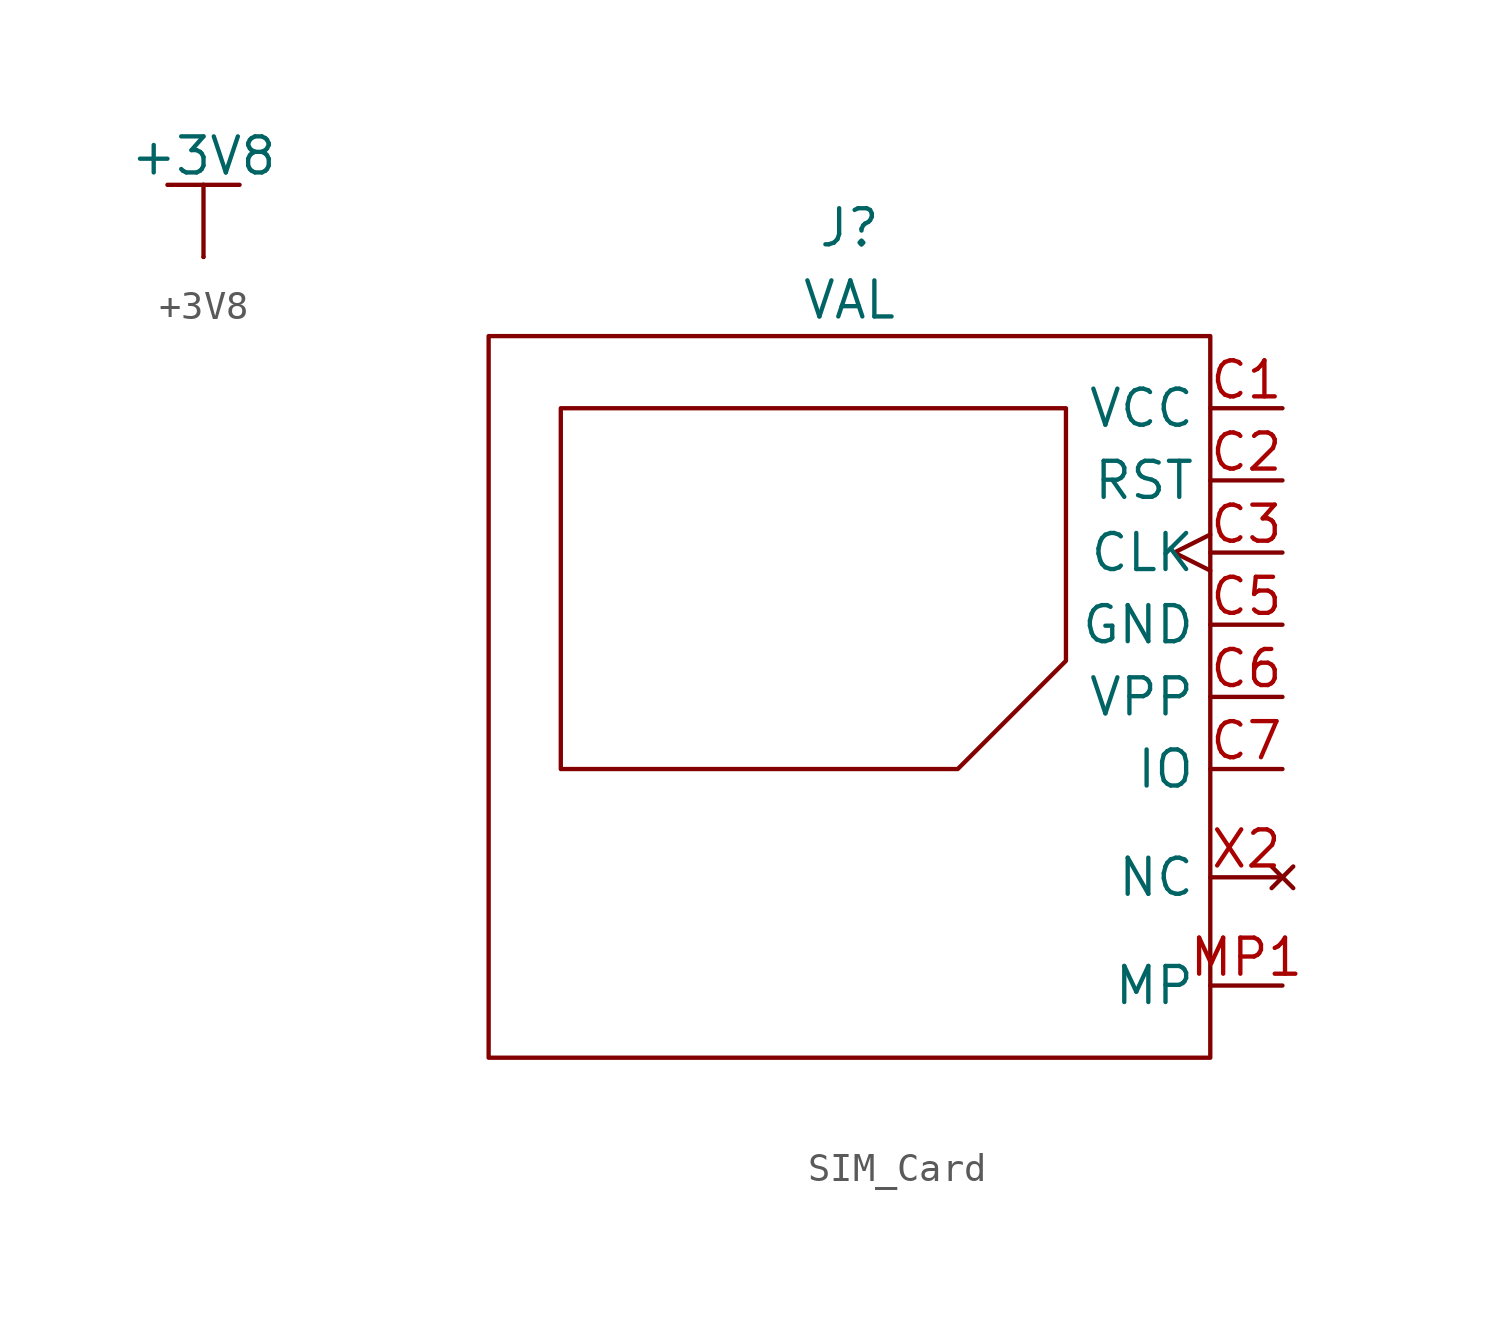
<source format=kicad_sym>
(kicad_symbol_lib
  (version 20231120)
  (generator "kicad_symbol_editor")
  (generator_version "8.0")
  (symbol "+3V8"
    (power)
    (pin_numbers hide)
    (pin_names
      (offset 0) hide)
    (property "Reference" "#PWR"
      (at 0 0 0)
      (effects (font (size 1.27 1.27)) (hide yes)))
    (property "Value" "+3V8"
      (at 0 3.556 0)
      (do_not_autoplace)
      (effects (font (size 1.27 1.27))))
    (symbol "+3V8_0_1"
      (polyline (pts (xy -1.27 2.54) (xy 0 2.54)) (stroke (width 0) (type default)) (fill (type none)))
      (polyline (pts (xy 0 0) (xy 0 2.54)) (stroke (width 0) (type default)) (fill (type none)))
      (polyline (pts (xy 0 2.54) (xy 1.27 2.54)) (stroke (width 0) (type default)) (fill (type none))))
    (symbol "+3V8_1_1"
      (pin power_in line (at 0 0 90) (length 0) (name "~" (effects (font (size 1.27 1.27)))) (number "1" (effects (font (size 1.27 1.27)))))))
  (symbol "SIM_Card"
    (property "Reference" "J"
      (at 0 16.51 0)
      (do_not_autoplace)
      (effects (font (size 1.27 1.27))))
    (property "Value" "VAL"
      (at 0 13.97 0)
      (do_not_autoplace)
      (effects (font (size 1.27 1.27))))
    (symbol "SIM_Card_0_0"
      (pin power_in line (at 15.24 10.16 180) (length 2.54) (name "VCC" (effects (font (size 1.27 1.27)))) (number "C1" (effects (font (size 1.27 1.27)))))
      (pin input line (at 15.24 7.62 180) (length 2.54) (name "RST" (effects (font (size 1.27 1.27)))) (number "C2" (effects (font (size 1.27 1.27)))))
      (pin input clock (at 15.24 5.08 180) (length 2.54) (name "CLK" (effects (font (size 1.27 1.27)))) (number "C3" (effects (font (size 1.27 1.27)))))
      (pin passive line (at 15.24 2.54 180) (length 2.54) (name "GND" (effects (font (size 1.27 1.27)))) (number "C5" (effects (font (size 1.27 1.27)))))
      (pin power_in line (at 15.24 0 180) (length 2.54) (name "VPP" (effects (font (size 1.27 1.27)))) (number "C6" (effects (font (size 1.27 1.27)))))
      (pin bidirectional line (at 15.24 -2.54 180) (length 2.54) (name "IO" (effects (font (size 1.27 1.27)))) (number "C7" (effects (font (size 1.27 1.27)))))
      (pin passive line (at 15.24 -10.16 180) (length 2.54) (name "MP" (effects (font (size 1.27 1.27)))) (number "MP1" (effects (font (size 1.27 1.27))))))
    (symbol "SIM_Card_0_1"
      (polyline (pts (xy -10.16 10.16) (xy 7.62 10.16) (xy 7.62 1.27) (xy 3.81 -2.54) (xy -10.16 -2.54) (xy -10.16 10.16)) (stroke (width 0) (type default)) (fill (type none)))
      (rectangle (start 12.7 12.7) (end -12.7 -12.7) (stroke (width 0) (type default)) (fill (type none))))
    (symbol "SIM_Card_1_0"
      (pin passive line (at 15.24 -10.16 180) (length 2.54) hide (name "MP" (effects (font (size 1.27 1.27)))) (number "MP2" (effects (font (size 1.27 1.27)))))
      (pin passive line (at 15.24 -10.16 180) (length 2.54) hide (name "MP" (effects (font (size 1.27 1.27)))) (number "MP3" (effects (font (size 1.27 1.27)))))
      (pin passive line (at 15.24 -10.16 180) (length 2.54) hide (name "MP" (effects (font (size 1.27 1.27)))) (number "MP4" (effects (font (size 1.27 1.27)))))
      (pin passive line (at 15.24 -10.16 180) (length 2.54) hide (name "MP" (effects (font (size 1.27 1.27)))) (number "MP5" (effects (font (size 1.27 1.27)))))
      (pin passive line (at 15.24 -10.16 180) (length 2.54) hide (name "MP" (effects (font (size 1.27 1.27)))) (number "MP6" (effects (font (size 1.27 1.27)))))
      (pin no_connect line (at 15.24 -6.35 180) (length 2.54) hide (name "NC" (effects (font (size 1.27 1.27)))) (number "X1" (effects (font (size 1.27 1.27)))))
      (pin no_connect line (at 15.24 -6.35 180) (length 2.54) (name "NC" (effects (font (size 1.27 1.27)))) (number "X2" (effects (font (size 1.27 1.27))))))))
</source>
